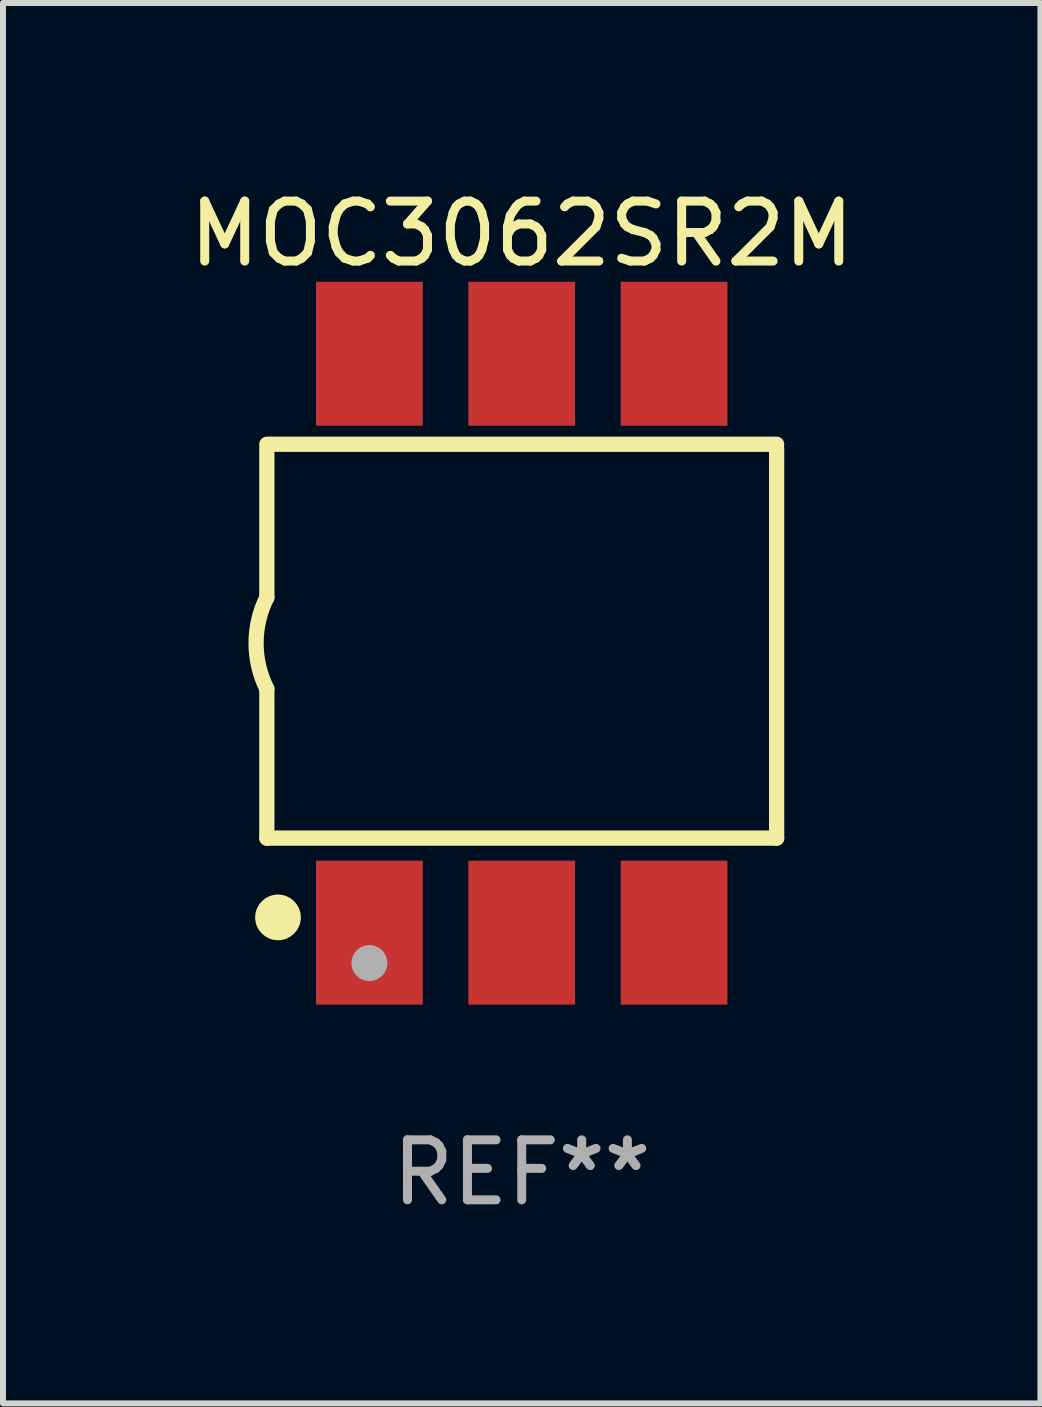
<source format=kicad_pcb>
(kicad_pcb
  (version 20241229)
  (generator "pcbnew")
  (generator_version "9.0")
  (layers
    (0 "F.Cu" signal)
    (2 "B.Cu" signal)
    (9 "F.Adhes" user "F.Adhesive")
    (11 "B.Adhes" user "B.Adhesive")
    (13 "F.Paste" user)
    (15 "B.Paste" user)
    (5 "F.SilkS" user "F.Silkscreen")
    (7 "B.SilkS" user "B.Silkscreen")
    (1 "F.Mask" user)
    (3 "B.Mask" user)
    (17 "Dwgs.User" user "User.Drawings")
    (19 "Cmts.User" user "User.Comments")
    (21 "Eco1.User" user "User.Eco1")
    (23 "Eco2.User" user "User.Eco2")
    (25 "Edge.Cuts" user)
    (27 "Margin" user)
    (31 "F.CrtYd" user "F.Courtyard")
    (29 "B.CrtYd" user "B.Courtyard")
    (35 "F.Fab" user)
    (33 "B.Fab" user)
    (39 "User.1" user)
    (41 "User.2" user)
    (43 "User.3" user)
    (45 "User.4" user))
  (footprint "MOC3062SR2M"
    (layer "F.Cu")
    (at 5.649 7.674)
    (property "Reference" "MOC3062SR2M" (at 0 -6.826 0) (layer "F.SilkS") (effects (font (size 1 1) (thickness 0.15))))
    (attr through_hole)
    (fp_line (start -4.25 -3.317) (end 4.25 -3.317) (stroke (width 0.254) (type solid)) (layer "F.SilkS"))
    (fp_line (start -4.25 -3.25) (end -4.25 -0.762) (stroke (width 0.254) (type solid)) (layer "F.SilkS"))
    (fp_line (start -4.25 3.25) (end -4.25 0.762) (stroke (width 0.254) (type solid)) (layer "F.SilkS"))
    (fp_line (start 4.25 -3.25) (end 4.25 3.25) (stroke (width 0.254) (type solid)) (layer "F.SilkS"))
    (fp_line (start 4.25 3.25) (end -4.25 3.25) (stroke (width 0.254) (type solid)) (layer "F.SilkS"))
    (fp_arc (start -4.249429 0.762001) (mid -4.429513 0.000068) (end -4.250013 -0.762002) (stroke (width 0.254001) (type solid)) (layer "F.SilkS"))
    (fp_circle (center -4.123 4.473) (end -3.996 4.473) (stroke (width 0.254) (type solid)) (fill no) (layer "F.SilkS"))
    (fp_circle (center -4.064 4.572) (end -3.81 4.572) (stroke (width 0.254) (type solid)) (fill no) (layer "F.SilkS"))
    (fp_circle (center -2.54 5.334) (end -2.39 5.334) (stroke (width 0.3) (type solid)) (fill no) (layer "F.Fab"))
    (fp_text user "REF**" (at 0 8.826 0) (layer "F.Fab") (effects (font (size 1 1) (thickness 0.15))))
    (pad "1" smd rect (at -2.54 4.826) (size 1.78 2.4) (layers "F.Cu" "F.Mask" "F.Paste"))
    (pad "2" smd rect (at 0 4.826) (size 1.78 2.4) (layers "F.Cu" "F.Mask" "F.Paste"))
    (pad "3" smd rect (at 2.54 4.826) (size 1.78 2.4) (layers "F.Cu" "F.Mask" "F.Paste"))
    (pad "4" smd rect (at 2.54 -4.826) (size 1.78 2.4) (layers "F.Cu" "F.Mask" "F.Paste"))
    (pad "5" smd rect (at 0 -4.826) (size 1.78 2.4) (layers "F.Cu" "F.Mask" "F.Paste"))
    (pad "6" smd rect (at -2.54 -4.826) (size 1.78 2.4) (layers "F.Cu" "F.Mask" "F.Paste")))
  (gr_rect
    (start -3 -3)
    (end 14.298 20.349)
    (stroke (width 0.1) (type default))
    (fill no)
    (layer "Edge.Cuts")))
</source>
